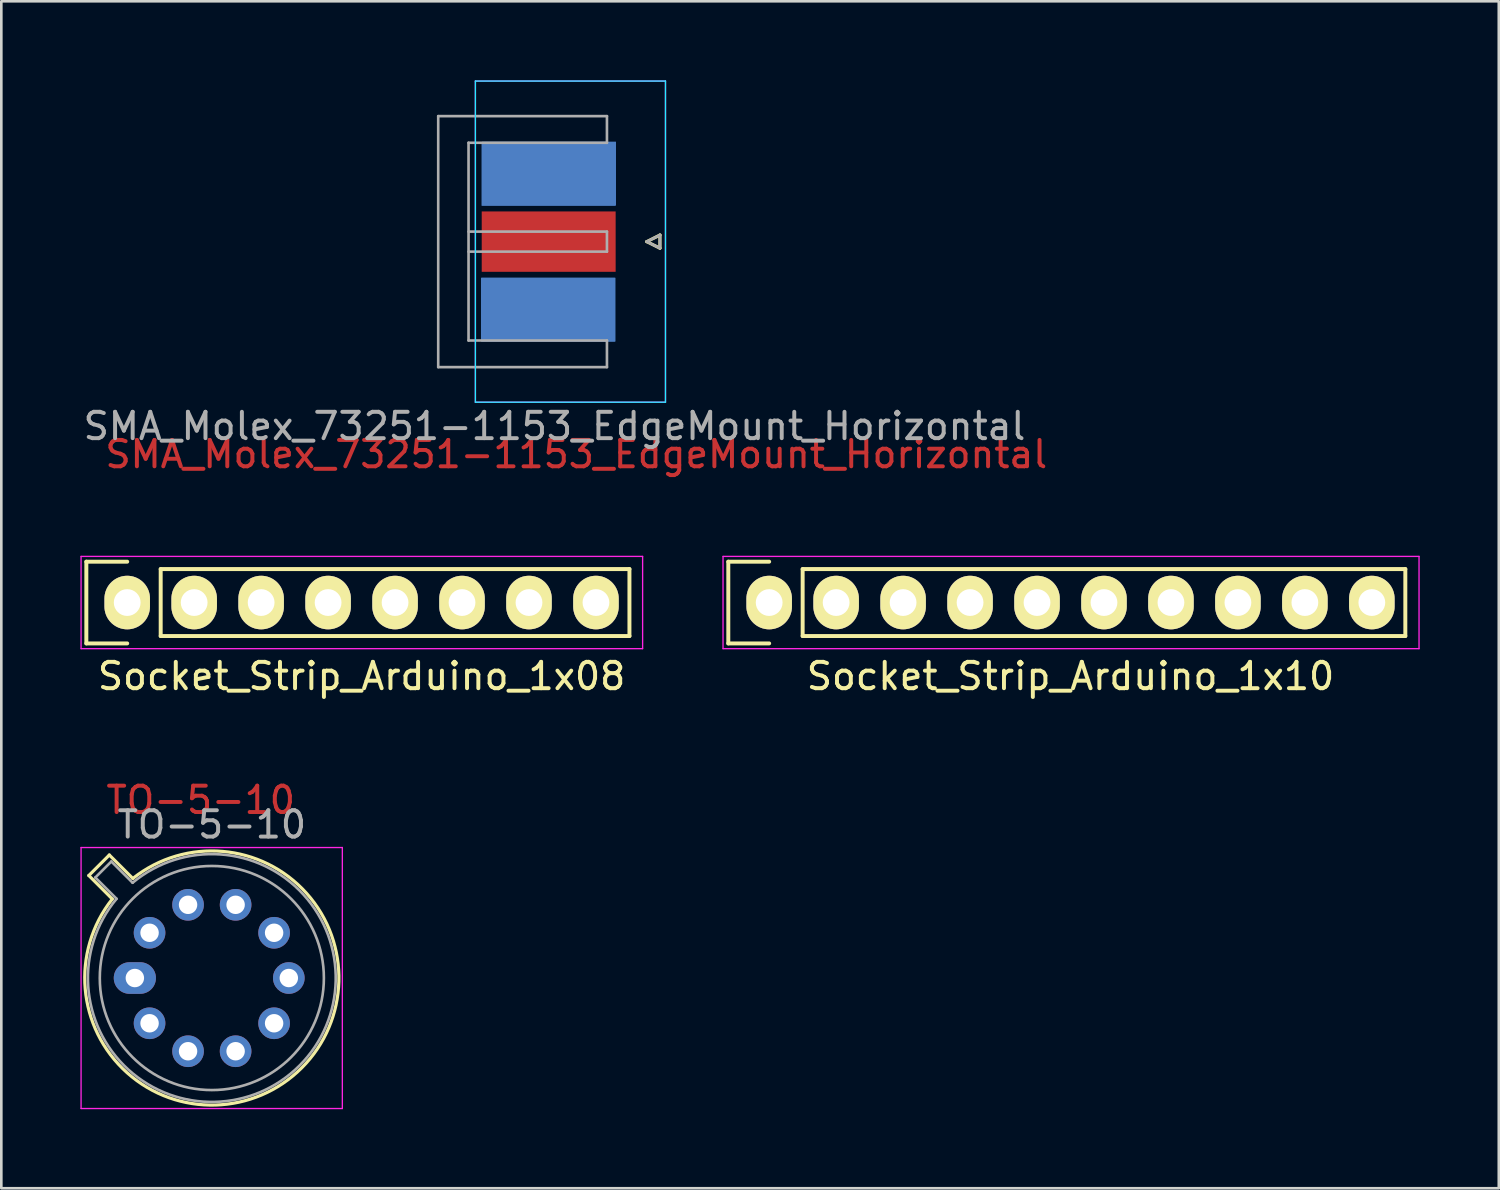
<source format=kicad_pcb>
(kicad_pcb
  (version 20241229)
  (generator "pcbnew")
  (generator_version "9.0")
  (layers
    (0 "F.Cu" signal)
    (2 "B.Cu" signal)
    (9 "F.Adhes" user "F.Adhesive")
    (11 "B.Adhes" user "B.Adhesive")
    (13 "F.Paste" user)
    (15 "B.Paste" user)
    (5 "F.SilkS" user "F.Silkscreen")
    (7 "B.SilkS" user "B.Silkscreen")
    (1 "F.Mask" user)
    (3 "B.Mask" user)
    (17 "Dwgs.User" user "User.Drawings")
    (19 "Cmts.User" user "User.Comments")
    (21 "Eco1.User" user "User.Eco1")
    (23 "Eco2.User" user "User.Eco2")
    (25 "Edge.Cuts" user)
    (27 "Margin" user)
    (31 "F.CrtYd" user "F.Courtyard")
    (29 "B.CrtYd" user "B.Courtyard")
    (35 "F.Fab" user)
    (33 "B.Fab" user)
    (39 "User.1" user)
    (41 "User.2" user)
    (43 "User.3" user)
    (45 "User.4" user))
  (footprint "Socket_Strip_Arduino_1x08"
    (layer "F.Cu")
    (at 1.775 19.805)
    (property "Reference" "Socket_Strip_Arduino_1x08" (at 8.89 2.794 0) (layer "F.SilkS") (effects (font (size 1 1) (thickness 0.15))))
    (attr through_hole)
    (fp_line (start -1.55 -1.55) (end -1.55 1.55) (stroke (width 0.15) (type solid)) (layer "F.SilkS"))
    (fp_line (start -1.55 1.55) (end 0 1.55) (stroke (width 0.15) (type solid)) (layer "F.SilkS"))
    (fp_line (start 0 -1.55) (end -1.55 -1.55) (stroke (width 0.15) (type solid)) (layer "F.SilkS"))
    (fp_line (start 1.27 1.27) (end 1.27 -1.27) (stroke (width 0.15) (type solid)) (layer "F.SilkS"))
    (fp_line (start 1.27 1.27) (end 19.05 1.27) (stroke (width 0.15) (type solid)) (layer "F.SilkS"))
    (fp_line (start 19.05 -1.27) (end 1.27 -1.27) (stroke (width 0.15) (type solid)) (layer "F.SilkS"))
    (fp_line (start 19.05 1.27) (end 19.05 -1.27) (stroke (width 0.15) (type solid)) (layer "F.SilkS"))
    (fp_line (start -1.75 -1.75) (end -1.75 1.75) (stroke (width 0.05) (type solid)) (layer "F.CrtYd"))
    (fp_line (start -1.75 -1.75) (end 19.55 -1.75) (stroke (width 0.05) (type solid)) (layer "F.CrtYd"))
    (fp_line (start -1.75 1.75) (end 19.55 1.75) (stroke (width 0.05) (type solid)) (layer "F.CrtYd"))
    (fp_line (start 19.55 -1.75) (end 19.55 1.75) (stroke (width 0.05) (type solid)) (layer "F.CrtYd"))
    (pad "1" thru_hole oval (at 0 0) (size 1.727 2.032) (drill 1.016) (layers "*.Cu" "*.Mask" "F.SilkS"))
    (pad "2" thru_hole oval (at 2.54 0) (size 1.727 2.032) (drill 1.016) (layers "*.Cu" "*.Mask" "F.SilkS"))
    (pad "3" thru_hole oval (at 5.08 0) (size 1.727 2.032) (drill 1.016) (layers "*.Cu" "*.Mask" "F.SilkS"))
    (pad "4" thru_hole oval (at 7.62 0) (size 1.727 2.032) (drill 1.016) (layers "*.Cu" "*.Mask" "F.SilkS"))
    (pad "5" thru_hole oval (at 10.16 0) (size 1.727 2.032) (drill 1.016) (layers "*.Cu" "*.Mask" "F.SilkS"))
    (pad "6" thru_hole oval (at 12.7 0) (size 1.727 2.032) (drill 1.016) (layers "*.Cu" "*.Mask" "F.SilkS"))
    (pad "7" thru_hole oval (at 15.24 0) (size 1.727 2.032) (drill 1.016) (layers "*.Cu" "*.Mask" "F.SilkS"))
    (pad "8" thru_hole oval (at 17.78 0) (size 1.727 2.032) (drill 1.016) (layers "*.Cu" "*.Mask" "F.SilkS")))
  (footprint "SMA_Molex_73251-1153_EdgeMount_Horizontal"
    (layer "F.Cu")
    (at 19.482 6.115)
    (property "Reference" "SMA_Molex_73251-1153_EdgeMount_Horizontal" (at -0.673 8.067 0) (layer "F.Cu") (effects (font (size 1 1) (thickness 0.15))))
    (attr smd)
    (fp_line (start 2 0) (end 2.5 -0.25) (stroke (width 0.12) (type solid)) (layer "F.SilkS"))
    (fp_line (start 2.5 -0.25) (end 2.5 0.25) (stroke (width 0.12) (type solid)) (layer "F.SilkS"))
    (fp_line (start 2.5 0.25) (end 2 0) (stroke (width 0.12) (type solid)) (layer "F.SilkS"))
    (fp_line (start -4.5 -6.09) (end -4.5 6.09) (stroke (width 0.05) (type solid)) (layer "B.CrtYd"))
    (fp_line (start -4.5 -6.09) (end 2.71 -6.09) (stroke (width 0.05) (type solid)) (layer "B.CrtYd"))
    (fp_line (start -4.5 6.09) (end 2.71 6.09) (stroke (width 0.05) (type solid)) (layer "B.CrtYd"))
    (fp_line (start 2.71 -6.09) (end 2.71 6.09) (stroke (width 0.05) (type solid)) (layer "B.CrtYd"))
    (fp_line (start -4.5 -6.09) (end -4.5 6.09) (stroke (width 0.05) (type solid)) (layer "F.CrtYd"))
    (fp_line (start -4.5 6.09) (end 2.71 6.09) (stroke (width 0.05) (type solid)) (layer "F.CrtYd"))
    (fp_line (start 2.71 -6.09) (end -4.5 -6.09) (stroke (width 0.05) (type solid)) (layer "F.CrtYd"))
    (fp_line (start 2.71 -6.09) (end 2.71 6.09) (stroke (width 0.05) (type solid)) (layer "F.CrtYd"))
    (fp_line (start -5.91 -4.76) (end -5.91 4.76) (stroke (width 0.1) (type solid)) (layer "F.Fab"))
    (fp_line (start -5.91 4.76) (end 0.49 4.76) (stroke (width 0.1) (type solid)) (layer "F.Fab"))
    (fp_line (start -4.76 -3.75) (end -4.76 3.75) (stroke (width 0.1) (type solid)) (layer "F.Fab"))
    (fp_line (start -4.76 -3.75) (end 0.49 -3.75) (stroke (width 0.1) (type solid)) (layer "F.Fab"))
    (fp_line (start -4.76 -0.38) (end 0.49 -0.38) (stroke (width 0.1) (type solid)) (layer "F.Fab"))
    (fp_line (start -4.76 0.38) (end 0.49 0.38) (stroke (width 0.1) (type solid)) (layer "F.Fab"))
    (fp_line (start -4.76 3.75) (end 0.49 3.75) (stroke (width 0.1) (type solid)) (layer "F.Fab"))
    (fp_line (start 0.49 -4.76) (end -5.91 -4.76) (stroke (width 0.1) (type solid)) (layer "F.Fab"))
    (fp_line (start 0.49 -4.76) (end 0.49 -3.75) (stroke (width 0.1) (type solid)) (layer "F.Fab"))
    (fp_line (start 0.49 -0.38) (end 0.49 0.38) (stroke (width 0.1) (type solid)) (layer "F.Fab"))
    (fp_line (start 0.49 3.75) (end 0.49 4.76) (stroke (width 0.1) (type solid)) (layer "F.Fab"))
    (fp_line (start 2 0) (end 2.5 0.25) (stroke (width 0.1) (type solid)) (layer "F.Fab"))
    (fp_line (start 2.5 -0.25) (end 2 0) (stroke (width 0.1) (type solid)) (layer "F.Fab"))
    (fp_line (start 2.5 0.25) (end 2.5 -0.25) (stroke (width 0.1) (type solid)) (layer "F.Fab"))
    (fp_text user "${REFERENCE}" (at -1.5 7 0) (layer "F.Fab") (effects (font (size 1 1) (thickness 0.15))))
    (pad "1" smd rect (at -1.72 0) (size 5.08 2.29) (layers "F.Cu" "F.Mask" "F.Paste"))
    (pad "2" smd rect (at -1.748 2.581) (size 5.08 2.42) (layers "B.Cu" "B.Mask" "B.Paste"))
    (pad "2" smd rect (at -1.727 -2.57) (size 5.08 2.42) (layers "B.Cu" "B.Mask" "B.Paste"))
    (pad "2" smd rect (at -1.727 2.581) (size 5.08 2.42) (layers "B.Cu" "B.Mask" "B.Paste"))
    (pad "2" smd rect (at -1.707 -2.581) (size 5.08 2.42) (layers "B.Cu" "B.Mask" "B.Paste")))
  (footprint "Socket_Strip_Arduino_1x10"
    (layer "F.Cu")
    (at 26.125 19.805)
    (property "Reference" "Socket_Strip_Arduino_1x10" (at 11.43 2.794 0) (layer "F.SilkS") (effects (font (size 1 1) (thickness 0.15))))
    (attr through_hole)
    (fp_line (start -1.55 -1.55) (end -1.55 1.55) (stroke (width 0.15) (type solid)) (layer "F.SilkS"))
    (fp_line (start -1.55 1.55) (end 0 1.55) (stroke (width 0.15) (type solid)) (layer "F.SilkS"))
    (fp_line (start 0 -1.55) (end -1.55 -1.55) (stroke (width 0.15) (type solid)) (layer "F.SilkS"))
    (fp_line (start 1.27 1.27) (end 1.27 -1.27) (stroke (width 0.15) (type solid)) (layer "F.SilkS"))
    (fp_line (start 1.27 1.27) (end 24.13 1.27) (stroke (width 0.15) (type solid)) (layer "F.SilkS"))
    (fp_line (start 24.13 -1.27) (end 1.27 -1.27) (stroke (width 0.15) (type solid)) (layer "F.SilkS"))
    (fp_line (start 24.13 1.27) (end 24.13 -1.27) (stroke (width 0.15) (type solid)) (layer "F.SilkS"))
    (fp_line (start -1.75 -1.75) (end -1.75 1.75) (stroke (width 0.05) (type solid)) (layer "F.CrtYd"))
    (fp_line (start -1.75 -1.75) (end 24.65 -1.75) (stroke (width 0.05) (type solid)) (layer "F.CrtYd"))
    (fp_line (start -1.75 1.75) (end 24.65 1.75) (stroke (width 0.05) (type solid)) (layer "F.CrtYd"))
    (fp_line (start 24.65 -1.75) (end 24.65 1.75) (stroke (width 0.05) (type solid)) (layer "F.CrtYd"))
    (pad "1" thru_hole oval (at 0 0) (size 1.727 2.032) (drill 1.016) (layers "*.Cu" "*.Mask" "F.SilkS"))
    (pad "2" thru_hole oval (at 2.54 0) (size 1.727 2.032) (drill 1.016) (layers "*.Cu" "*.Mask" "F.SilkS"))
    (pad "3" thru_hole oval (at 5.08 0) (size 1.727 2.032) (drill 1.016) (layers "*.Cu" "*.Mask" "F.SilkS"))
    (pad "4" thru_hole oval (at 7.62 0) (size 1.727 2.032) (drill 1.016) (layers "*.Cu" "*.Mask" "F.SilkS"))
    (pad "5" thru_hole oval (at 10.16 0) (size 1.727 2.032) (drill 1.016) (layers "*.Cu" "*.Mask" "F.SilkS"))
    (pad "6" thru_hole oval (at 12.7 0) (size 1.727 2.032) (drill 1.016) (layers "*.Cu" "*.Mask" "F.SilkS"))
    (pad "7" thru_hole oval (at 15.24 0) (size 1.727 2.032) (drill 1.016) (layers "*.Cu" "*.Mask" "F.SilkS"))
    (pad "8" thru_hole oval (at 17.78 0) (size 1.727 2.032) (drill 1.016) (layers "*.Cu" "*.Mask" "F.SilkS"))
    (pad "9" thru_hole oval (at 20.32 0) (size 1.727 2.032) (drill 1.016) (layers "*.Cu" "*.Mask" "F.SilkS"))
    (pad "10" thru_hole oval (at 22.86 0) (size 1.727 2.032) (drill 1.016) (layers "*.Cu" "*.Mask" "F.SilkS")))
  (footprint "TO-5-10"
    (layer "F.Cu")
    (at 2.065 34.047)
    (property "Reference" "TO-5-10" (at 2.499 -6.751 180) (layer "F.Cu") (effects (font (size 1 1) (thickness 0.15))))
    (attr through_hole)
    (fp_line (start -1.746 -3.888) (end -0.855 -2.997) (stroke (width 0.12) (type solid)) (layer "F.SilkS"))
    (fp_line (start -0.968 -4.666) (end -1.746 -3.888) (stroke (width 0.12) (type solid)) (layer "F.SilkS"))
    (fp_line (start -0.077 -3.775) (end -0.968 -4.666) (stroke (width 0.12) (type solid)) (layer "F.SilkS"))
    (fp_arc (start -0.077084 -3.774902) (mid 6.328125 3.408384) (end -0.854674 -2.997371) (stroke (width 0.12) (type solid)) (layer "F.SilkS"))
    (fp_line (start -2.04 -4.95) (end -2.04 4.95) (stroke (width 0.05) (type solid)) (layer "F.CrtYd"))
    (fp_line (start -2.04 4.95) (end 7.87 4.95) (stroke (width 0.05) (type solid)) (layer "F.CrtYd"))
    (fp_line (start 7.87 -4.95) (end -2.04 -4.95) (stroke (width 0.05) (type solid)) (layer "F.CrtYd"))
    (fp_line (start 7.87 4.95) (end 7.87 -4.95) (stroke (width 0.05) (type solid)) (layer "F.CrtYd"))
    (fp_line (start -1.5 -3.812) (end -0.694 -3.005) (stroke (width 0.1) (type solid)) (layer "F.Fab"))
    (fp_line (start -0.892 -4.42) (end -1.5 -3.812) (stroke (width 0.1) (type solid)) (layer "F.Fab"))
    (fp_line (start -0.085 -3.614) (end -0.892 -4.42) (stroke (width 0.1) (type solid)) (layer "F.Fab"))
    (fp_arc (start -0.085408 -3.61352) (mid 6.243443 3.323361) (end -0.693594 -3.005319) (stroke (width 0.1) (type solid)) (layer "F.Fab"))
    (fp_circle (center 2.92 0) (end 7.17 0) (stroke (width 0.1) (type solid)) (fill no) (layer "F.Fab"))
    (fp_text user "${REFERENCE}" (at 2.92 -5.82 180) (layer "F.Fab") (effects (font (size 1 1) (thickness 0.15))))
    (pad "1" thru_hole oval (at 0 0) (size 1.6 1.2) (drill 0.7) (layers "*.Cu" "*.Mask"))
    (pad "2" thru_hole oval (at 0.558 1.716) (size 1.2 1.2) (drill 0.7) (layers "*.Cu" "*.Mask"))
    (pad "3" thru_hole oval (at 2.018 2.777) (size 1.2 1.2) (drill 0.7) (layers "*.Cu" "*.Mask"))
    (pad "4" thru_hole oval (at 3.822 2.777) (size 1.2 1.2) (drill 0.7) (layers "*.Cu" "*.Mask"))
    (pad "5" thru_hole oval (at 5.282 1.716) (size 1.2 1.2) (drill 0.7) (layers "*.Cu" "*.Mask"))
    (pad "6" thru_hole oval (at 5.84 0) (size 1.2 1.2) (drill 0.7) (layers "*.Cu" "*.Mask"))
    (pad "7" thru_hole oval (at 5.282 -1.716) (size 1.2 1.2) (drill 0.7) (layers "*.Cu" "*.Mask"))
    (pad "8" thru_hole oval (at 3.822 -2.777) (size 1.2 1.2) (drill 0.7) (layers "*.Cu" "*.Mask"))
    (pad "9" thru_hole oval (at 2.018 -2.777) (size 1.2 1.2) (drill 0.7) (layers "*.Cu" "*.Mask"))
    (pad "10" thru_hole oval (at 0.558 -1.716) (size 1.2 1.2) (drill 0.7) (layers "*.Cu" "*.Mask")))
  (gr_rect
    (start -3 -3)
    (end 53.8 42.022)
    (stroke (width 0.1) (type default))
    (fill no)
    (layer "Edge.Cuts")))
</source>
